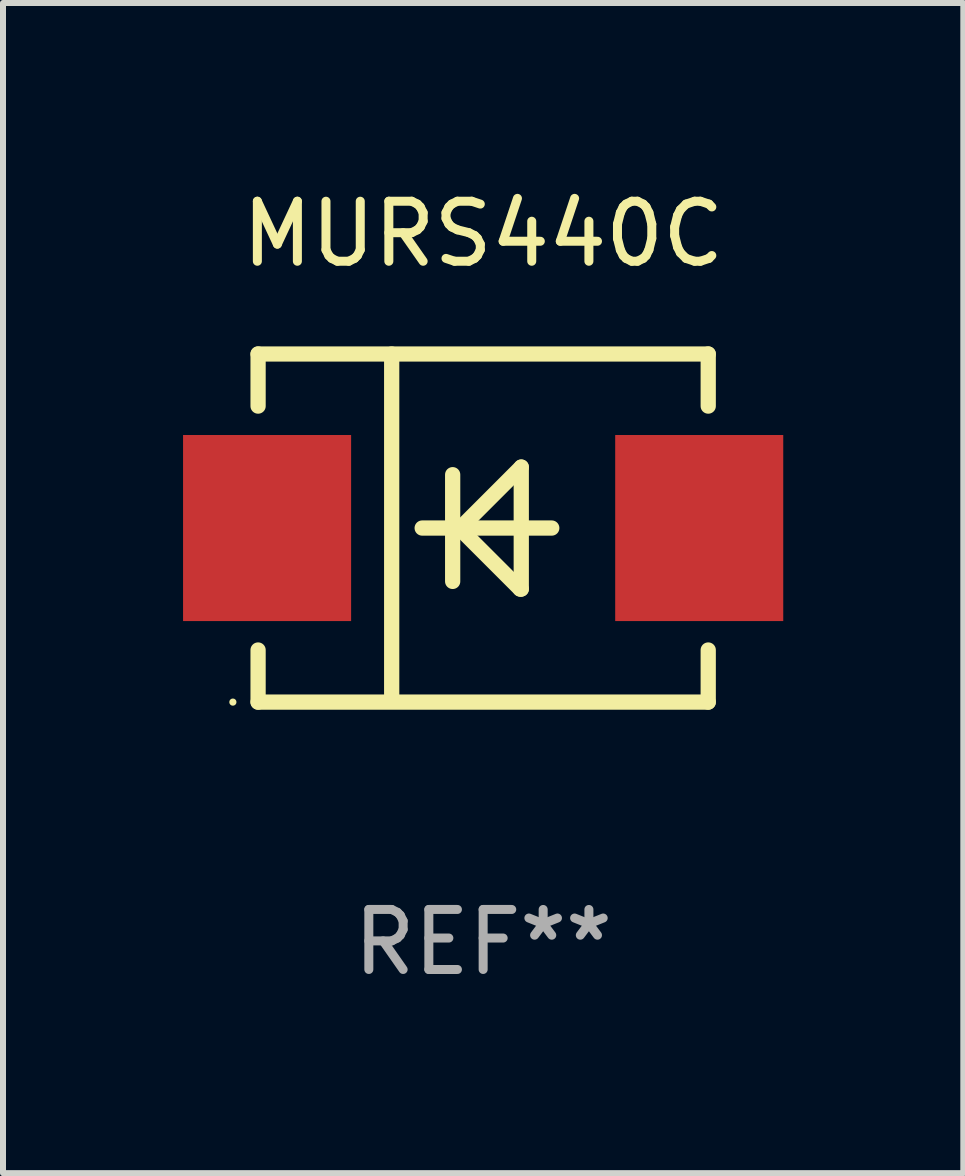
<source format=kicad_pcb>
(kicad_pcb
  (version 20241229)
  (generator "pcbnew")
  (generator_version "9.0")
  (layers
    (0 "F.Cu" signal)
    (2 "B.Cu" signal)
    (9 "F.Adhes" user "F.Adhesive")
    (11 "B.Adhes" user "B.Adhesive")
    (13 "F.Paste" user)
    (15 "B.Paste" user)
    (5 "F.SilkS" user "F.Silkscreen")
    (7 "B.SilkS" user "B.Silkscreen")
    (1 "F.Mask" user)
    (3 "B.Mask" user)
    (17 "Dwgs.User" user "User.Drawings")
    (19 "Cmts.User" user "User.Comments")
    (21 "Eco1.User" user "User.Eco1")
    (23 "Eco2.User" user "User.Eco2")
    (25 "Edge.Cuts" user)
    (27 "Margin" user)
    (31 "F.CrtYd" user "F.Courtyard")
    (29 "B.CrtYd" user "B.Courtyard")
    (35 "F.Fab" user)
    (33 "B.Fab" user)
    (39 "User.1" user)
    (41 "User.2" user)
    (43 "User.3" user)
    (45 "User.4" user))
  (footprint "MURS440C"
    (layer "F.Cu")
    (at 5 5.748)
    (property "Reference" "MURS440C" (at 0 -4.9 0) (layer "F.SilkS") (effects (font (size 1 1) (thickness 0.15))))
    (attr through_hole)
    (fp_line (start -3.75 -2.9) (end -3.75 -2.032) (stroke (width 0.254) (type solid)) (layer "F.SilkS"))
    (fp_line (start -3.75 -2.9) (end 3.75 -2.9) (stroke (width 0.254) (type solid)) (layer "F.SilkS"))
    (fp_line (start -3.75 2.9) (end -3.75 2.032) (stroke (width 0.254) (type solid)) (layer "F.SilkS"))
    (fp_line (start -3.75 2.9) (end 3.75 2.9) (stroke (width 0.254) (type solid)) (layer "F.SilkS"))
    (fp_line (start -1.524 -2.9) (end -1.524 2.879) (stroke (width 0.254) (type solid)) (layer "F.SilkS"))
    (fp_line (start -1.016 -0.000076) (end 1.143 -0.000076) (stroke (width 0.254) (type solid)) (layer "F.SilkS"))
    (fp_line (start -0.508 0.889) (end -0.508 -0.889) (stroke (width 0.254) (type solid)) (layer "F.SilkS"))
    (fp_line (start -0.474 -0.000076) (end -0.381 -0.000076) (stroke (width 0.254) (type solid)) (layer "F.SilkS"))
    (fp_line (start -0.381 -0.000076) (end 0.635 -1.016) (stroke (width 0.254) (type solid)) (layer "F.SilkS"))
    (fp_line (start 0.617 1.016) (end -0.399 -0.000076) (stroke (width 0.254) (type solid)) (layer "F.SilkS"))
    (fp_line (start 0.635 -1.016) (end 0.635 1.016) (stroke (width 0.254) (type solid)) (layer "F.SilkS"))
    (fp_line (start 0.635 1.016) (end 0.617 1.016) (stroke (width 0.254) (type solid)) (layer "F.SilkS"))
    (fp_line (start 3.75 -2.9) (end 3.75 -2.032) (stroke (width 0.254) (type solid)) (layer "F.SilkS"))
    (fp_line (start 3.75 2.9) (end 3.75 2.032) (stroke (width 0.254) (type solid)) (layer "F.SilkS"))
    (fp_circle (center -4.17 2.9) (end -4.14 2.9) (stroke (width 0.06) (type solid)) (fill no) (layer "F.SilkS"))
    (fp_text user "REF**" (at 0 6.9 0) (layer "F.Fab") (effects (font (size 1 1) (thickness 0.15))))
    (pad "1" smd rect (at -3.6 -0.000076) (size 2.8 3.1) (layers "F.Cu" "F.Mask" "F.Paste"))
    (pad "2" smd rect (at 3.6 -0.000076) (size 2.8 3.1) (layers "F.Cu" "F.Mask" "F.Paste")))
  (gr_rect
    (start -3 -3)
    (end 13 16.496)
    (stroke (width 0.1) (type default))
    (fill no)
    (layer "Edge.Cuts")))
</source>
